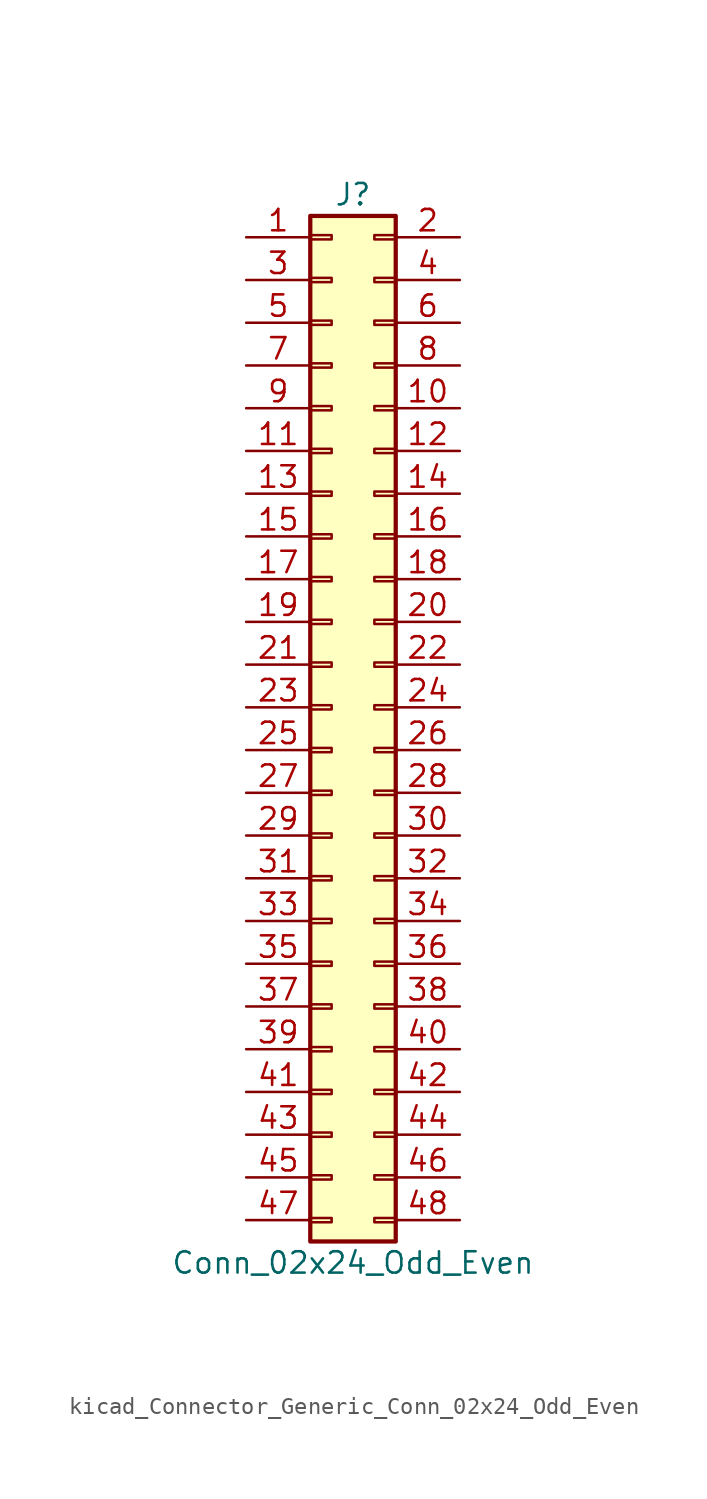
<source format=kicad_sym>
(kicad_symbol_lib
  (version 20220914)
  (generator kicad_symbol_editor)
  (symbol "kicad_Connector_Generic_Conn_02x24_Odd_Even"
    (pin_names
      (offset 1.016) hide)
    (property "Reference" "J"
      (at 1.27 30.48 0)
      (effects (font (size 1.27 1.27))))
    (property "Value" "Conn_02x24_Odd_Even"
      (at 1.27 -33.02 0)
      (effects (font (size 1.27 1.27))))
    (symbol "kicad_Connector_Generic_Conn_02x24_Odd_Even_1_1"
      (rectangle (start -1.27 -30.353) (end 0 -30.607) (stroke (width 0.152) (type default)) (fill (type none)))
      (rectangle (start -1.27 -27.813) (end 0 -28.067) (stroke (width 0.152) (type default)) (fill (type none)))
      (rectangle (start -1.27 -25.273) (end 0 -25.527) (stroke (width 0.152) (type default)) (fill (type none)))
      (rectangle (start -1.27 -22.733) (end 0 -22.987) (stroke (width 0.152) (type default)) (fill (type none)))
      (rectangle (start -1.27 -20.193) (end 0 -20.447) (stroke (width 0.152) (type default)) (fill (type none)))
      (rectangle (start -1.27 -17.653) (end 0 -17.907) (stroke (width 0.152) (type default)) (fill (type none)))
      (rectangle (start -1.27 -15.113) (end 0 -15.367) (stroke (width 0.152) (type default)) (fill (type none)))
      (rectangle (start -1.27 -12.573) (end 0 -12.827) (stroke (width 0.152) (type default)) (fill (type none)))
      (rectangle (start -1.27 -10.033) (end 0 -10.287) (stroke (width 0.152) (type default)) (fill (type none)))
      (rectangle (start -1.27 -7.493) (end 0 -7.747) (stroke (width 0.152) (type default)) (fill (type none)))
      (rectangle (start -1.27 -4.953) (end 0 -5.207) (stroke (width 0.152) (type default)) (fill (type none)))
      (rectangle (start -1.27 -2.413) (end 0 -2.667) (stroke (width 0.152) (type default)) (fill (type none)))
      (rectangle (start -1.27 0.127) (end 0 -0.127) (stroke (width 0.152) (type default)) (fill (type none)))
      (rectangle (start -1.27 2.667) (end 0 2.413) (stroke (width 0.152) (type default)) (fill (type none)))
      (rectangle (start -1.27 5.207) (end 0 4.953) (stroke (width 0.152) (type default)) (fill (type none)))
      (rectangle (start -1.27 7.747) (end 0 7.493) (stroke (width 0.152) (type default)) (fill (type none)))
      (rectangle (start -1.27 10.287) (end 0 10.033) (stroke (width 0.152) (type default)) (fill (type none)))
      (rectangle (start -1.27 12.827) (end 0 12.573) (stroke (width 0.152) (type default)) (fill (type none)))
      (rectangle (start -1.27 15.367) (end 0 15.113) (stroke (width 0.152) (type default)) (fill (type none)))
      (rectangle (start -1.27 17.907) (end 0 17.653) (stroke (width 0.152) (type default)) (fill (type none)))
      (rectangle (start -1.27 20.447) (end 0 20.193) (stroke (width 0.152) (type default)) (fill (type none)))
      (rectangle (start -1.27 22.987) (end 0 22.733) (stroke (width 0.152) (type default)) (fill (type none)))
      (rectangle (start -1.27 25.527) (end 0 25.273) (stroke (width 0.152) (type default)) (fill (type none)))
      (rectangle (start -1.27 28.067) (end 0 27.813) (stroke (width 0.152) (type default)) (fill (type none)))
      (rectangle (start -1.27 29.21) (end 3.81 -31.75) (stroke (width 0.254) (type default)) (fill (type background)))
      (rectangle (start 3.81 -30.353) (end 2.54 -30.607) (stroke (width 0.152) (type default)) (fill (type none)))
      (rectangle (start 3.81 -27.813) (end 2.54 -28.067) (stroke (width 0.152) (type default)) (fill (type none)))
      (rectangle (start 3.81 -25.273) (end 2.54 -25.527) (stroke (width 0.152) (type default)) (fill (type none)))
      (rectangle (start 3.81 -22.733) (end 2.54 -22.987) (stroke (width 0.152) (type default)) (fill (type none)))
      (rectangle (start 3.81 -20.193) (end 2.54 -20.447) (stroke (width 0.152) (type default)) (fill (type none)))
      (rectangle (start 3.81 -17.653) (end 2.54 -17.907) (stroke (width 0.152) (type default)) (fill (type none)))
      (rectangle (start 3.81 -15.113) (end 2.54 -15.367) (stroke (width 0.152) (type default)) (fill (type none)))
      (rectangle (start 3.81 -12.573) (end 2.54 -12.827) (stroke (width 0.152) (type default)) (fill (type none)))
      (rectangle (start 3.81 -10.033) (end 2.54 -10.287) (stroke (width 0.152) (type default)) (fill (type none)))
      (rectangle (start 3.81 -7.493) (end 2.54 -7.747) (stroke (width 0.152) (type default)) (fill (type none)))
      (rectangle (start 3.81 -4.953) (end 2.54 -5.207) (stroke (width 0.152) (type default)) (fill (type none)))
      (rectangle (start 3.81 -2.413) (end 2.54 -2.667) (stroke (width 0.152) (type default)) (fill (type none)))
      (rectangle (start 3.81 0.127) (end 2.54 -0.127) (stroke (width 0.152) (type default)) (fill (type none)))
      (rectangle (start 3.81 2.667) (end 2.54 2.413) (stroke (width 0.152) (type default)) (fill (type none)))
      (rectangle (start 3.81 5.207) (end 2.54 4.953) (stroke (width 0.152) (type default)) (fill (type none)))
      (rectangle (start 3.81 7.747) (end 2.54 7.493) (stroke (width 0.152) (type default)) (fill (type none)))
      (rectangle (start 3.81 10.287) (end 2.54 10.033) (stroke (width 0.152) (type default)) (fill (type none)))
      (rectangle (start 3.81 12.827) (end 2.54 12.573) (stroke (width 0.152) (type default)) (fill (type none)))
      (rectangle (start 3.81 15.367) (end 2.54 15.113) (stroke (width 0.152) (type default)) (fill (type none)))
      (rectangle (start 3.81 17.907) (end 2.54 17.653) (stroke (width 0.152) (type default)) (fill (type none)))
      (rectangle (start 3.81 20.447) (end 2.54 20.193) (stroke (width 0.152) (type default)) (fill (type none)))
      (rectangle (start 3.81 22.987) (end 2.54 22.733) (stroke (width 0.152) (type default)) (fill (type none)))
      (rectangle (start 3.81 25.527) (end 2.54 25.273) (stroke (width 0.152) (type default)) (fill (type none)))
      (rectangle (start 3.81 28.067) (end 2.54 27.813) (stroke (width 0.152) (type default)) (fill (type none)))
      (pin passive line (at -5.08 27.94 0) (length 3.81) (name "Pin_1" (effects (font (size 1.27 1.27)))) (number "1" (effects (font (size 1.27 1.27)))))
      (pin passive line (at 7.62 17.78 180) (length 3.81) (name "Pin_10" (effects (font (size 1.27 1.27)))) (number "10" (effects (font (size 1.27 1.27)))))
      (pin passive line (at -5.08 15.24 0) (length 3.81) (name "Pin_11" (effects (font (size 1.27 1.27)))) (number "11" (effects (font (size 1.27 1.27)))))
      (pin passive line (at 7.62 15.24 180) (length 3.81) (name "Pin_12" (effects (font (size 1.27 1.27)))) (number "12" (effects (font (size 1.27 1.27)))))
      (pin passive line (at -5.08 12.7 0) (length 3.81) (name "Pin_13" (effects (font (size 1.27 1.27)))) (number "13" (effects (font (size 1.27 1.27)))))
      (pin passive line (at 7.62 12.7 180) (length 3.81) (name "Pin_14" (effects (font (size 1.27 1.27)))) (number "14" (effects (font (size 1.27 1.27)))))
      (pin passive line (at -5.08 10.16 0) (length 3.81) (name "Pin_15" (effects (font (size 1.27 1.27)))) (number "15" (effects (font (size 1.27 1.27)))))
      (pin passive line (at 7.62 10.16 180) (length 3.81) (name "Pin_16" (effects (font (size 1.27 1.27)))) (number "16" (effects (font (size 1.27 1.27)))))
      (pin passive line (at -5.08 7.62 0) (length 3.81) (name "Pin_17" (effects (font (size 1.27 1.27)))) (number "17" (effects (font (size 1.27 1.27)))))
      (pin passive line (at 7.62 7.62 180) (length 3.81) (name "Pin_18" (effects (font (size 1.27 1.27)))) (number "18" (effects (font (size 1.27 1.27)))))
      (pin passive line (at -5.08 5.08 0) (length 3.81) (name "Pin_19" (effects (font (size 1.27 1.27)))) (number "19" (effects (font (size 1.27 1.27)))))
      (pin passive line (at 7.62 27.94 180) (length 3.81) (name "Pin_2" (effects (font (size 1.27 1.27)))) (number "2" (effects (font (size 1.27 1.27)))))
      (pin passive line (at 7.62 5.08 180) (length 3.81) (name "Pin_20" (effects (font (size 1.27 1.27)))) (number "20" (effects (font (size 1.27 1.27)))))
      (pin passive line (at -5.08 2.54 0) (length 3.81) (name "Pin_21" (effects (font (size 1.27 1.27)))) (number "21" (effects (font (size 1.27 1.27)))))
      (pin passive line (at 7.62 2.54 180) (length 3.81) (name "Pin_22" (effects (font (size 1.27 1.27)))) (number "22" (effects (font (size 1.27 1.27)))))
      (pin passive line (at -5.08 0 0) (length 3.81) (name "Pin_23" (effects (font (size 1.27 1.27)))) (number "23" (effects (font (size 1.27 1.27)))))
      (pin passive line (at 7.62 0 180) (length 3.81) (name "Pin_24" (effects (font (size 1.27 1.27)))) (number "24" (effects (font (size 1.27 1.27)))))
      (pin passive line (at -5.08 -2.54 0) (length 3.81) (name "Pin_25" (effects (font (size 1.27 1.27)))) (number "25" (effects (font (size 1.27 1.27)))))
      (pin passive line (at 7.62 -2.54 180) (length 3.81) (name "Pin_26" (effects (font (size 1.27 1.27)))) (number "26" (effects (font (size 1.27 1.27)))))
      (pin passive line (at -5.08 -5.08 0) (length 3.81) (name "Pin_27" (effects (font (size 1.27 1.27)))) (number "27" (effects (font (size 1.27 1.27)))))
      (pin passive line (at 7.62 -5.08 180) (length 3.81) (name "Pin_28" (effects (font (size 1.27 1.27)))) (number "28" (effects (font (size 1.27 1.27)))))
      (pin passive line (at -5.08 -7.62 0) (length 3.81) (name "Pin_29" (effects (font (size 1.27 1.27)))) (number "29" (effects (font (size 1.27 1.27)))))
      (pin passive line (at -5.08 25.4 0) (length 3.81) (name "Pin_3" (effects (font (size 1.27 1.27)))) (number "3" (effects (font (size 1.27 1.27)))))
      (pin passive line (at 7.62 -7.62 180) (length 3.81) (name "Pin_30" (effects (font (size 1.27 1.27)))) (number "30" (effects (font (size 1.27 1.27)))))
      (pin passive line (at -5.08 -10.16 0) (length 3.81) (name "Pin_31" (effects (font (size 1.27 1.27)))) (number "31" (effects (font (size 1.27 1.27)))))
      (pin passive line (at 7.62 -10.16 180) (length 3.81) (name "Pin_32" (effects (font (size 1.27 1.27)))) (number "32" (effects (font (size 1.27 1.27)))))
      (pin passive line (at -5.08 -12.7 0) (length 3.81) (name "Pin_33" (effects (font (size 1.27 1.27)))) (number "33" (effects (font (size 1.27 1.27)))))
      (pin passive line (at 7.62 -12.7 180) (length 3.81) (name "Pin_34" (effects (font (size 1.27 1.27)))) (number "34" (effects (font (size 1.27 1.27)))))
      (pin passive line (at -5.08 -15.24 0) (length 3.81) (name "Pin_35" (effects (font (size 1.27 1.27)))) (number "35" (effects (font (size 1.27 1.27)))))
      (pin passive line (at 7.62 -15.24 180) (length 3.81) (name "Pin_36" (effects (font (size 1.27 1.27)))) (number "36" (effects (font (size 1.27 1.27)))))
      (pin passive line (at -5.08 -17.78 0) (length 3.81) (name "Pin_37" (effects (font (size 1.27 1.27)))) (number "37" (effects (font (size 1.27 1.27)))))
      (pin passive line (at 7.62 -17.78 180) (length 3.81) (name "Pin_38" (effects (font (size 1.27 1.27)))) (number "38" (effects (font (size 1.27 1.27)))))
      (pin passive line (at -5.08 -20.32 0) (length 3.81) (name "Pin_39" (effects (font (size 1.27 1.27)))) (number "39" (effects (font (size 1.27 1.27)))))
      (pin passive line (at 7.62 25.4 180) (length 3.81) (name "Pin_4" (effects (font (size 1.27 1.27)))) (number "4" (effects (font (size 1.27 1.27)))))
      (pin passive line (at 7.62 -20.32 180) (length 3.81) (name "Pin_40" (effects (font (size 1.27 1.27)))) (number "40" (effects (font (size 1.27 1.27)))))
      (pin passive line (at -5.08 -22.86 0) (length 3.81) (name "Pin_41" (effects (font (size 1.27 1.27)))) (number "41" (effects (font (size 1.27 1.27)))))
      (pin passive line (at 7.62 -22.86 180) (length 3.81) (name "Pin_42" (effects (font (size 1.27 1.27)))) (number "42" (effects (font (size 1.27 1.27)))))
      (pin passive line (at -5.08 -25.4 0) (length 3.81) (name "Pin_43" (effects (font (size 1.27 1.27)))) (number "43" (effects (font (size 1.27 1.27)))))
      (pin passive line (at 7.62 -25.4 180) (length 3.81) (name "Pin_44" (effects (font (size 1.27 1.27)))) (number "44" (effects (font (size 1.27 1.27)))))
      (pin passive line (at -5.08 -27.94 0) (length 3.81) (name "Pin_45" (effects (font (size 1.27 1.27)))) (number "45" (effects (font (size 1.27 1.27)))))
      (pin passive line (at 7.62 -27.94 180) (length 3.81) (name "Pin_46" (effects (font (size 1.27 1.27)))) (number "46" (effects (font (size 1.27 1.27)))))
      (pin passive line (at -5.08 -30.48 0) (length 3.81) (name "Pin_47" (effects (font (size 1.27 1.27)))) (number "47" (effects (font (size 1.27 1.27)))))
      (pin passive line (at 7.62 -30.48 180) (length 3.81) (name "Pin_48" (effects (font (size 1.27 1.27)))) (number "48" (effects (font (size 1.27 1.27)))))
      (pin passive line (at -5.08 22.86 0) (length 3.81) (name "Pin_5" (effects (font (size 1.27 1.27)))) (number "5" (effects (font (size 1.27 1.27)))))
      (pin passive line (at 7.62 22.86 180) (length 3.81) (name "Pin_6" (effects (font (size 1.27 1.27)))) (number "6" (effects (font (size 1.27 1.27)))))
      (pin passive line (at -5.08 20.32 0) (length 3.81) (name "Pin_7" (effects (font (size 1.27 1.27)))) (number "7" (effects (font (size 1.27 1.27)))))
      (pin passive line (at 7.62 20.32 180) (length 3.81) (name "Pin_8" (effects (font (size 1.27 1.27)))) (number "8" (effects (font (size 1.27 1.27)))))
      (pin passive line (at -5.08 17.78 0) (length 3.81) (name "Pin_9" (effects (font (size 1.27 1.27)))) (number "9" (effects (font (size 1.27 1.27))))))))
</source>
